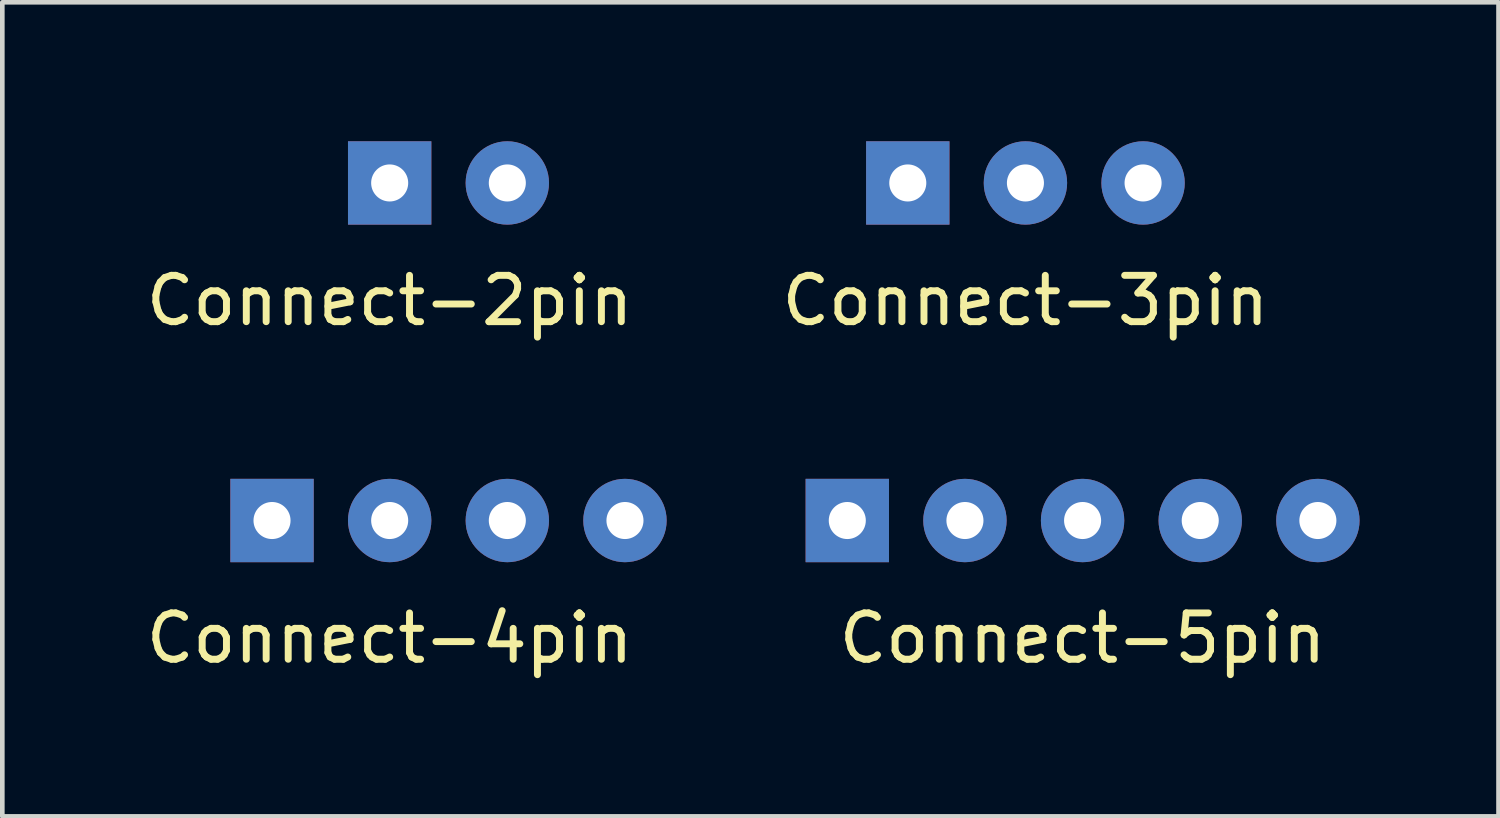
<source format=kicad_pcb>
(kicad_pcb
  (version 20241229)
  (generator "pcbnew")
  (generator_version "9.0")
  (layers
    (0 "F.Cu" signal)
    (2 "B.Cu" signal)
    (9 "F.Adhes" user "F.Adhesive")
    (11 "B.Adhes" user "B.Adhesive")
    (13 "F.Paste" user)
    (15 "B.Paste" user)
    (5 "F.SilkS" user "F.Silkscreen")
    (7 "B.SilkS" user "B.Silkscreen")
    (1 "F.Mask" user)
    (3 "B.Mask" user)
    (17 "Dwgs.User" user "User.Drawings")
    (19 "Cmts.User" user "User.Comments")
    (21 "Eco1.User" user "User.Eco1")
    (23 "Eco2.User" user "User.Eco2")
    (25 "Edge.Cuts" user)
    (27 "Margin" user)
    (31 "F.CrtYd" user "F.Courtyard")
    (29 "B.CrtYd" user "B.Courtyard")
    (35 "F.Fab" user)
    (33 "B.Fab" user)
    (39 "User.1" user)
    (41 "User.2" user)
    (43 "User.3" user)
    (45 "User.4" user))
  (footprint "Connect-2pin"
    (layer "F.Cu")
    (at 5.363 0.9)
    (property "Reference" "Connect-2pin" (at 0 2.54 0) (layer "F.SilkS") (effects (font (size 1 1) (thickness 0.15))))
    (attr through_hole)
    (pad "1" thru_hole rect (at 0 0) (size 1.8 1.8) (drill 0.8) (layers "*.Cu" "*.Mask"))
    (pad "2" thru_hole circle (at 2.54 0) (size 1.8 1.8) (drill 0.8) (layers "*.Cu" "*.Mask")))
  (footprint "Connect-3pin"
    (layer "F.Cu")
    (at 19.089 0.9)
    (property "Reference" "Connect-3pin" (at 0 2.54 0) (layer "F.SilkS") (effects (font (size 1 1) (thickness 0.15))))
    (attr through_hole)
    (pad "1" thru_hole rect (at -2.54 0) (size 1.8 1.8) (drill 0.8) (layers "*.Cu" "*.Mask"))
    (pad "2" thru_hole circle (at 0 0) (size 1.8 1.8) (drill 0.8) (layers "*.Cu" "*.Mask"))
    (pad "3" thru_hole circle (at 2.54 0) (size 1.8 1.8) (drill 0.8) (layers "*.Cu" "*.Mask")))
  (footprint "Connect-4pin"
    (layer "F.Cu")
    (at 5.363 8.188)
    (property "Reference" "Connect-4pin" (at 0 2.54 0) (layer "F.SilkS") (effects (font (size 1 1) (thickness 0.15))))
    (attr through_hole)
    (pad "1" thru_hole rect (at -2.54 0) (size 1.8 1.8) (drill 0.8) (layers "*.Cu" "*.Mask"))
    (pad "2" thru_hole circle (at 0 0) (size 1.8 1.8) (drill 0.8) (layers "*.Cu" "*.Mask"))
    (pad "3" thru_hole circle (at 2.54 0) (size 1.8 1.8) (drill 0.8) (layers "*.Cu" "*.Mask"))
    (pad "4" thru_hole circle (at 5.08 0) (size 1.8 1.8) (drill 0.8) (layers "*.Cu" "*.Mask")))
  (footprint "Connect-5pin"
    (layer "F.Cu")
    (at 20.323 8.188)
    (property "Reference" "Connect-5pin" (at 0 2.54 0) (layer "F.SilkS") (effects (font (size 1 1) (thickness 0.15))))
    (attr through_hole)
    (pad "1" thru_hole rect (at -5.08 0) (size 1.8 1.8) (drill 0.8) (layers "*.Cu" "*.Mask"))
    (pad "2" thru_hole circle (at -2.54 0) (size 1.8 1.8) (drill 0.8) (layers "*.Cu" "*.Mask"))
    (pad "3" thru_hole circle (at 0 0) (size 1.8 1.8) (drill 0.8) (layers "*.Cu" "*.Mask"))
    (pad "4" thru_hole circle (at 2.54 0) (size 1.8 1.8) (drill 0.8) (layers "*.Cu" "*.Mask"))
    (pad "5" thru_hole circle (at 5.08 0) (size 1.8 1.8) (drill 0.8) (layers "*.Cu" "*.Mask")))
  (gr_rect
    (start -3 -3)
    (end 29.303 14.576)
    (stroke (width 0.1) (type default))
    (fill no)
    (layer "Edge.Cuts")))
</source>
